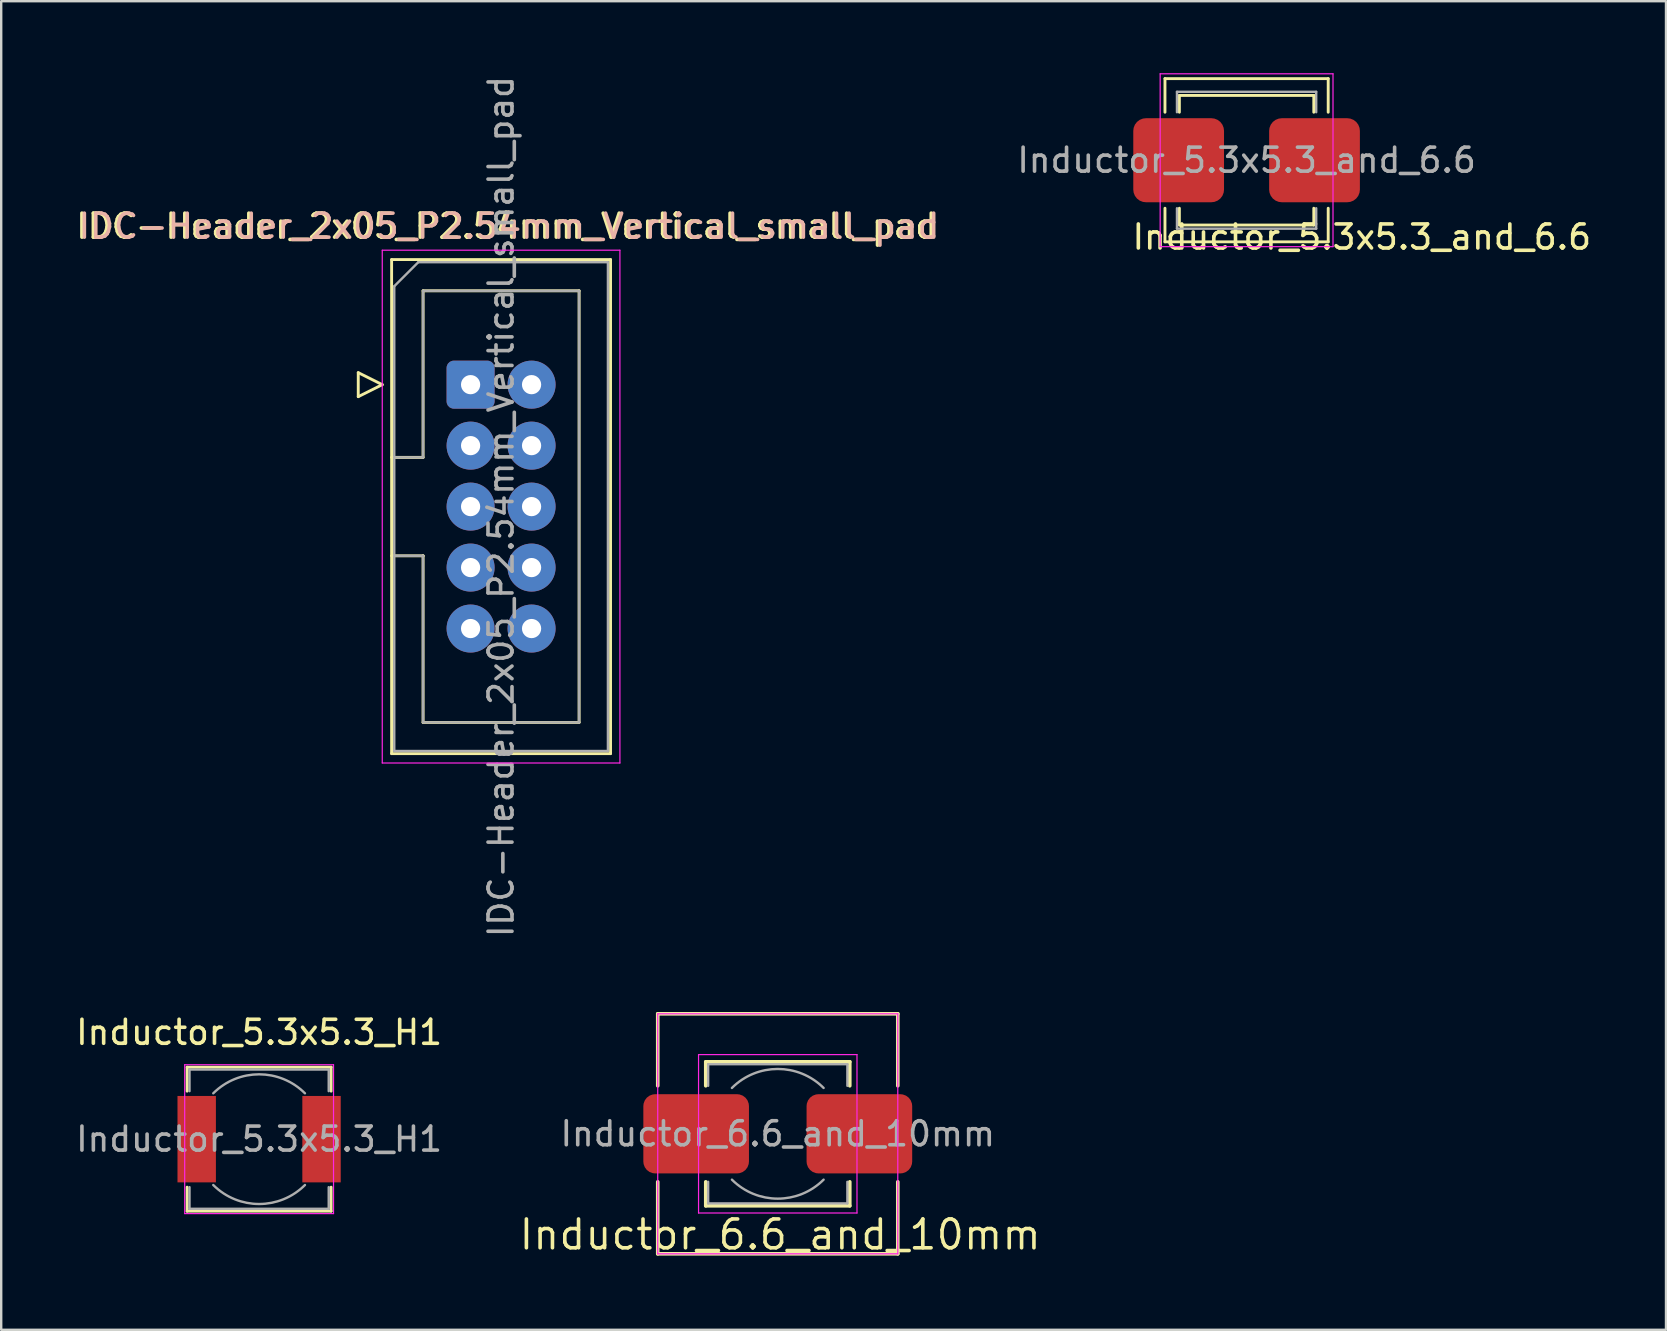
<source format=kicad_pcb>
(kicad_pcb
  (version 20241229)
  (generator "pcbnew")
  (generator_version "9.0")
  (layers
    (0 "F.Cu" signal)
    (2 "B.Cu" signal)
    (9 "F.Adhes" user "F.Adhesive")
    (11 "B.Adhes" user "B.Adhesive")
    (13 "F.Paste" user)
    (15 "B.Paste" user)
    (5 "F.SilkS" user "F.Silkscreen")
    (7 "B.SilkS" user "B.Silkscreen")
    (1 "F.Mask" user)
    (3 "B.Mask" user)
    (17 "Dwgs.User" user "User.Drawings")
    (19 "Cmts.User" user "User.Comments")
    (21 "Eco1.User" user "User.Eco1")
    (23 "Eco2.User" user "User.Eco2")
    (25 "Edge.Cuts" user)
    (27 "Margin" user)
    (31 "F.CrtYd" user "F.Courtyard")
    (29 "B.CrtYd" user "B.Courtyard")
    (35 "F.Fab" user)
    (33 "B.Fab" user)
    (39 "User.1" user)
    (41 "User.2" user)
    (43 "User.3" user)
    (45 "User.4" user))
  (footprint "Inductor_5.3x5.3_H1"
    (layer "F.Cu")
    (at 7.744 44.405)
    (property "Reference" "Inductor_5.3x5.3_H1" (at 0 -4.45 0) (layer "F.SilkS") (effects (font (size 1 1) (thickness 0.15))))
    (attr smd)
    (fp_line (start -3 -3) (end 3 -3) (stroke (width 0.12) (type solid)) (layer "F.SilkS"))
    (fp_line (start -3 -2) (end -3 -3) (stroke (width 0.12) (type solid)) (layer "F.SilkS"))
    (fp_line (start -3 3) (end -3 2) (stroke (width 0.12) (type solid)) (layer "F.SilkS"))
    (fp_line (start 3 -3) (end 3 -2) (stroke (width 0.12) (type solid)) (layer "F.SilkS"))
    (fp_line (start 3 2) (end 3 3) (stroke (width 0.12) (type solid)) (layer "F.SilkS"))
    (fp_line (start 3 3) (end -3 3) (stroke (width 0.12) (type solid)) (layer "F.SilkS"))
    (fp_line (start -3.1 -3.1) (end -3.1 3.1) (stroke (width 0.05) (type solid)) (layer "F.CrtYd"))
    (fp_line (start -3.1 3.1) (end 3.1 3.1) (stroke (width 0.05) (type solid)) (layer "F.CrtYd"))
    (fp_line (start 3.1 -3.1) (end -3.1 -3.1) (stroke (width 0.05) (type solid)) (layer "F.CrtYd"))
    (fp_line (start 3.1 3.1) (end 3.1 -3.1) (stroke (width 0.05) (type solid)) (layer "F.CrtYd"))
    (fp_line (start -2.9 -2.9) (end -2.9 -2) (stroke (width 0.1) (type solid)) (layer "F.Fab"))
    (fp_line (start -2.9 -2.9) (end 2.9 -2.9) (stroke (width 0.1) (type solid)) (layer "F.Fab"))
    (fp_line (start -2.9 2.9) (end -2.9 2) (stroke (width 0.1) (type solid)) (layer "F.Fab"))
    (fp_line (start -2.9 2.9) (end 2.9 2.9) (stroke (width 0.1) (type solid)) (layer "F.Fab"))
    (fp_line (start 2.9 -2.9) (end 2.9 -2) (stroke (width 0.1) (type solid)) (layer "F.Fab"))
    (fp_line (start 2.9 2.9) (end 2.9 2) (stroke (width 0.1) (type solid)) (layer "F.Fab"))
    (fp_arc (start -1.91 -1.91) (mid 0 -2.701148) (end 1.91 -1.91) (stroke (width 0.1) (type solid)) (layer "F.Fab"))
    (fp_arc (start 1.91 1.91) (mid 0 2.701148) (end -1.91 1.91) (stroke (width 0.1) (type solid)) (layer "F.Fab"))
    (fp_text user "${REFERENCE}" (at 0 0 0) (layer "F.Fab") (effects (font (size 1 1) (thickness 0.15))))
    (pad "1" smd rect (at -2.6 0) (size 1.6 3.6) (layers "F.Cu" "F.Mask" "F.Paste"))
    (pad "2" smd rect (at 2.6 0) (size 1.6 3.6) (layers "F.Cu" "F.Mask" "F.Paste")))
  (footprint "IDC-Header_2x05_P2.54mm_Vertical_small_pad"
    (layer "F.Cu")
    (at 16.554 12.974)
    (property "Reference" "IDC-Header_2x05_P2.54mm_Vertical_small_pad" (at 1.6 -6.6 0) (layer "B.SilkS") (effects (font (size 1 1) (thickness 0.15))))
    (attr through_hole)
    (fp_line (start -4.68 -0.5) (end -4.68 0.5) (stroke (width 0.12) (type solid)) (layer "F.SilkS"))
    (fp_line (start -4.68 0.5) (end -3.68 0) (stroke (width 0.12) (type solid)) (layer "F.SilkS"))
    (fp_line (start -3.68 0) (end -4.68 -0.5) (stroke (width 0.12) (type solid)) (layer "F.SilkS"))
    (fp_line (start -3.29 -5.21) (end 5.83 -5.21) (stroke (width 0.12) (type solid)) (layer "F.SilkS"))
    (fp_line (start -3.29 3.03) (end -1.98 3.03) (stroke (width 0.12) (type solid)) (layer "F.SilkS"))
    (fp_line (start -3.29 15.37) (end -3.29 -5.21) (stroke (width 0.12) (type solid)) (layer "F.SilkS"))
    (fp_line (start -1.98 -3.91) (end 4.52 -3.91) (stroke (width 0.12) (type solid)) (layer "F.SilkS"))
    (fp_line (start -1.98 3.03) (end -1.98 -3.91) (stroke (width 0.12) (type solid)) (layer "F.SilkS"))
    (fp_line (start -1.98 7.13) (end -3.29 7.13) (stroke (width 0.12) (type solid)) (layer "F.SilkS"))
    (fp_line (start -1.98 7.13) (end -1.98 7.13) (stroke (width 0.12) (type solid)) (layer "F.SilkS"))
    (fp_line (start -1.98 14.07) (end -1.98 7.13) (stroke (width 0.12) (type solid)) (layer "F.SilkS"))
    (fp_line (start 4.52 -3.91) (end 4.52 14.07) (stroke (width 0.12) (type solid)) (layer "F.SilkS"))
    (fp_line (start 4.52 14.07) (end -1.98 14.07) (stroke (width 0.12) (type solid)) (layer "F.SilkS"))
    (fp_line (start 5.83 -5.21) (end 5.83 15.37) (stroke (width 0.12) (type solid)) (layer "F.SilkS"))
    (fp_line (start 5.83 15.37) (end -3.29 15.37) (stroke (width 0.12) (type solid)) (layer "F.SilkS"))
    (fp_line (start -3.68 -5.6) (end -3.68 15.76) (stroke (width 0.05) (type solid)) (layer "F.CrtYd"))
    (fp_line (start -3.68 15.76) (end 6.22 15.76) (stroke (width 0.05) (type solid)) (layer "F.CrtYd"))
    (fp_line (start 6.22 -5.6) (end -3.68 -5.6) (stroke (width 0.05) (type solid)) (layer "F.CrtYd"))
    (fp_line (start 6.22 15.76) (end 6.22 -5.6) (stroke (width 0.05) (type solid)) (layer "F.CrtYd"))
    (fp_line (start -3.18 -4.1) (end -2.18 -5.1) (stroke (width 0.1) (type solid)) (layer "F.Fab"))
    (fp_line (start -3.18 3.03) (end -1.98 3.03) (stroke (width 0.1) (type solid)) (layer "F.Fab"))
    (fp_line (start -3.18 15.26) (end -3.18 -4.1) (stroke (width 0.1) (type solid)) (layer "F.Fab"))
    (fp_line (start -2.18 -5.1) (end 5.72 -5.1) (stroke (width 0.1) (type solid)) (layer "F.Fab"))
    (fp_line (start -1.98 -3.91) (end 4.52 -3.91) (stroke (width 0.1) (type solid)) (layer "F.Fab"))
    (fp_line (start -1.98 3.03) (end -1.98 -3.91) (stroke (width 0.1) (type solid)) (layer "F.Fab"))
    (fp_line (start -1.98 7.13) (end -3.18 7.13) (stroke (width 0.1) (type solid)) (layer "F.Fab"))
    (fp_line (start -1.98 7.13) (end -1.98 7.13) (stroke (width 0.1) (type solid)) (layer "F.Fab"))
    (fp_line (start -1.98 14.07) (end -1.98 7.13) (stroke (width 0.1) (type solid)) (layer "F.Fab"))
    (fp_line (start 4.52 -3.91) (end 4.52 14.07) (stroke (width 0.1) (type solid)) (layer "F.Fab"))
    (fp_line (start 4.52 14.07) (end -1.98 14.07) (stroke (width 0.1) (type solid)) (layer "F.Fab"))
    (fp_line (start 5.72 -5.1) (end 5.72 15.26) (stroke (width 0.1) (type solid)) (layer "F.Fab"))
    (fp_line (start 5.72 15.26) (end -3.18 15.26) (stroke (width 0.1) (type solid)) (layer "F.Fab"))
    (fp_text user "${REFERENCE}" (at 1.5 -6.6 0) (layer "F.SilkS") (effects (font (size 1 1) (thickness 0.15))))
    (fp_text user "${REFERENCE}" (at 1.27 5.08 90) (layer "F.Fab") (effects (font (size 1 1) (thickness 0.15))))
    (pad "1" thru_hole roundrect (at 0 0) (size 2 2) (drill 0.8) (layers "*.Cu" "*.Mask") (roundrect_rratio 0.15))
    (pad "2" thru_hole circle (at 2.54 0) (size 2 2) (drill 0.8) (layers "*.Cu" "*.Mask"))
    (pad "3" thru_hole circle (at 0 2.54) (size 2 2) (drill 0.8) (layers "*.Cu" "*.Mask"))
    (pad "4" thru_hole circle (at 2.54 2.54) (size 2 2) (drill 0.8) (layers "*.Cu" "*.Mask"))
    (pad "5" thru_hole circle (at 0 5.08) (size 2 2) (drill 0.8) (layers "*.Cu" "*.Mask"))
    (pad "6" thru_hole circle (at 2.54 5.08) (size 2 2) (drill 0.8) (layers "*.Cu" "*.Mask"))
    (pad "7" thru_hole circle (at 0 7.62) (size 2 2) (drill 0.8) (layers "*.Cu" "*.Mask"))
    (pad "8" thru_hole circle (at 2.54 7.62) (size 2 2) (drill 0.8) (layers "*.Cu" "*.Mask"))
    (pad "9" thru_hole circle (at 0 10.16) (size 2 2) (drill 0.8) (layers "*.Cu" "*.Mask"))
    (pad "10" thru_hole circle (at 2.54 10.16) (size 2 2) (drill 0.8) (layers "*.Cu" "*.Mask")))
  (footprint "Inductor_5.3x5.3_and_6.6"
    (layer "F.Cu")
    (at 48.88 3.625)
    (property "Reference" "Inductor_5.3x5.3_and_6.6" (at 4.8 3.2 0) (layer "F.SilkS") (effects (font (size 1 1) (thickness 0.15))))
    (attr smd)
    (fp_line (start -3.4 -3.4) (end 3.4 -3.4) (stroke (width 0.12) (type solid)) (layer "F.SilkS"))
    (fp_line (start -3.4 -2) (end -3.4 -3.4) (stroke (width 0.12) (type solid)) (layer "F.SilkS"))
    (fp_line (start -3.4 3.4) (end -3.4 2) (stroke (width 0.12) (type solid)) (layer "F.SilkS"))
    (fp_line (start -2.8 -2.7) (end 2.8 -2.7) (stroke (width 0.12) (type solid)) (layer "F.SilkS"))
    (fp_line (start -2.8 -2) (end -2.8 -2.7) (stroke (width 0.12) (type solid)) (layer "F.SilkS"))
    (fp_line (start -2.8 2.7) (end -2.8 2) (stroke (width 0.12) (type solid)) (layer "F.SilkS"))
    (fp_line (start -2.8 2.7) (end 2.8 2.7) (stroke (width 0.12) (type solid)) (layer "F.SilkS"))
    (fp_line (start 2.8 -2) (end 2.8 -2.7) (stroke (width 0.12) (type solid)) (layer "F.SilkS"))
    (fp_line (start 2.8 2.7) (end 2.8 2) (stroke (width 0.12) (type solid)) (layer "F.SilkS"))
    (fp_line (start 3.4 -3.4) (end 3.4 -2) (stroke (width 0.12) (type solid)) (layer "F.SilkS"))
    (fp_line (start 3.4 2) (end 3.4 3.4) (stroke (width 0.12) (type solid)) (layer "F.SilkS"))
    (fp_line (start 3.4 3.4) (end -3.4 3.4) (stroke (width 0.12) (type solid)) (layer "F.SilkS"))
    (fp_line (start -3.6 -3.6) (end -3.6 3.6) (stroke (width 0.05) (type solid)) (layer "F.CrtYd"))
    (fp_line (start -3.6 3.6) (end 3.6 3.6) (stroke (width 0.05) (type solid)) (layer "F.CrtYd"))
    (fp_line (start 3.6 -3.6) (end -3.6 -3.6) (stroke (width 0.05) (type solid)) (layer "F.CrtYd"))
    (fp_line (start 3.6 3.6) (end 3.6 -3.6) (stroke (width 0.05) (type solid)) (layer "F.CrtYd"))
    (fp_line (start -2.9 -2.85) (end -2.9 -2) (stroke (width 0.1) (type solid)) (layer "F.Fab"))
    (fp_line (start -2.9 -2.85) (end 2.9 -2.85) (stroke (width 0.1) (type solid)) (layer "F.Fab"))
    (fp_line (start -2.9 2.85) (end -2.9 2) (stroke (width 0.1) (type solid)) (layer "F.Fab"))
    (fp_line (start -2.9 2.85) (end 2.9 2.85) (stroke (width 0.1) (type solid)) (layer "F.Fab"))
    (fp_line (start 2.9 -2.85) (end 2.9 -2) (stroke (width 0.1) (type solid)) (layer "F.Fab"))
    (fp_line (start 2.9 2.85) (end 2.9 2) (stroke (width 0.1) (type solid)) (layer "F.Fab"))
    (fp_text user "${REFERENCE}" (at 0 0 180) (layer "F.Fab") (effects (font (size 1 1) (thickness 0.15))))
    (pad "1" smd roundrect (at -2.83 0) (size 3.78 3.5) (layers "F.Cu" "F.Mask" "F.Paste") (roundrect_rratio 0.15))
    (pad "2" smd roundrect (at 2.83 0) (size 3.78 3.5) (layers "F.Cu" "F.Mask" "F.Paste") (roundrect_rratio 0.15)))
  (footprint "Inductor_6.6_and_10mm"
    (layer "F.Cu")
    (at 29.35 44.182)
    (property "Reference" "Inductor_6.6_and_10mm" (at 0.1 4.2 180) (layer "F.SilkS") (effects (font (size 1.2 1.2) (thickness 0.15))))
    (attr smd)
    (fp_line (start -5 -5) (end -5 -2) (stroke (width 0.15) (type solid)) (layer "F.SilkS"))
    (fp_line (start -5 2) (end -5 5) (stroke (width 0.15) (type solid)) (layer "F.SilkS"))
    (fp_line (start -5 5) (end 5 5) (stroke (width 0.15) (type solid)) (layer "F.SilkS"))
    (fp_line (start -3 -3) (end 3 -3) (stroke (width 0.15) (type solid)) (layer "F.SilkS"))
    (fp_line (start -3 -2) (end -3 -3) (stroke (width 0.15) (type solid)) (layer "F.SilkS"))
    (fp_line (start -3 3) (end -3 2) (stroke (width 0.15) (type solid)) (layer "F.SilkS"))
    (fp_line (start 3 -3) (end 3 -2) (stroke (width 0.15) (type solid)) (layer "F.SilkS"))
    (fp_line (start 3 2) (end 3 3) (stroke (width 0.15) (type solid)) (layer "F.SilkS"))
    (fp_line (start 3 3) (end -3 3) (stroke (width 0.15) (type solid)) (layer "F.SilkS"))
    (fp_line (start 5 -5) (end -5 -5) (stroke (width 0.15) (type solid)) (layer "F.SilkS"))
    (fp_line (start 5 -2) (end 5 -5) (stroke (width 0.15) (type solid)) (layer "F.SilkS"))
    (fp_line (start 5 5) (end 5 2) (stroke (width 0.15) (type solid)) (layer "F.SilkS"))
    (fp_line (start -5 -5) (end -5 5) (stroke (width 0.05) (type solid)) (layer "F.CrtYd"))
    (fp_line (start -5 5) (end 5 5) (stroke (width 0.05) (type solid)) (layer "F.CrtYd"))
    (fp_line (start -3.3 -3.3) (end -3.3 3.3) (stroke (width 0.05) (type solid)) (layer "F.CrtYd"))
    (fp_line (start -3.3 3.3) (end 3.3 3.3) (stroke (width 0.05) (type solid)) (layer "F.CrtYd"))
    (fp_line (start 3.3 -3.3) (end -3.3 -3.3) (stroke (width 0.05) (type solid)) (layer "F.CrtYd"))
    (fp_line (start 3.3 3.3) (end 3.3 -3.3) (stroke (width 0.05) (type solid)) (layer "F.CrtYd"))
    (fp_line (start 5 -5) (end -5 -5) (stroke (width 0.05) (type solid)) (layer "F.CrtYd"))
    (fp_line (start 5 5) (end 5 -5) (stroke (width 0.05) (type solid)) (layer "F.CrtYd"))
    (fp_line (start -2.9 -2.9) (end -2.9 -2) (stroke (width 0.1) (type solid)) (layer "F.Fab"))
    (fp_line (start -2.9 -2.9) (end 2.9 -2.9) (stroke (width 0.1) (type solid)) (layer "F.Fab"))
    (fp_line (start -2.9 2.9) (end -2.9 2) (stroke (width 0.1) (type solid)) (layer "F.Fab"))
    (fp_line (start -2.9 2.9) (end 2.9 2.9) (stroke (width 0.1) (type solid)) (layer "F.Fab"))
    (fp_line (start 2.9 -2.9) (end 2.9 -2) (stroke (width 0.1) (type solid)) (layer "F.Fab"))
    (fp_line (start 2.9 2.9) (end 2.9 2) (stroke (width 0.1) (type solid)) (layer "F.Fab"))
    (fp_arc (start -1.91 -1.91) (mid 0 -2.701148) (end 1.91 -1.91) (stroke (width 0.1) (type solid)) (layer "F.Fab"))
    (fp_arc (start 1.91 1.91) (mid 0 2.701148) (end -1.91 1.91) (stroke (width 0.1) (type solid)) (layer "F.Fab"))
    (fp_text user "${REFERENCE}" (at 0 0 180) (layer "F.Fab") (effects (font (size 1 1) (thickness 0.15))))
    (pad "1" smd roundrect (at -3.4 0) (size 4.4 3.3) (layers "F.Cu" "F.Mask" "F.Paste") (roundrect_rratio 0.15))
    (pad "2" smd roundrect (at 3.4 0) (size 4.4 3.3) (layers "F.Cu" "F.Mask" "F.Paste") (roundrect_rratio 0.15)))
  (gr_rect
    (start -3 -3)
    (end 66.352 52.347)
    (stroke (width 0.1) (type default))
    (fill no)
    (layer "Edge.Cuts")))
</source>
